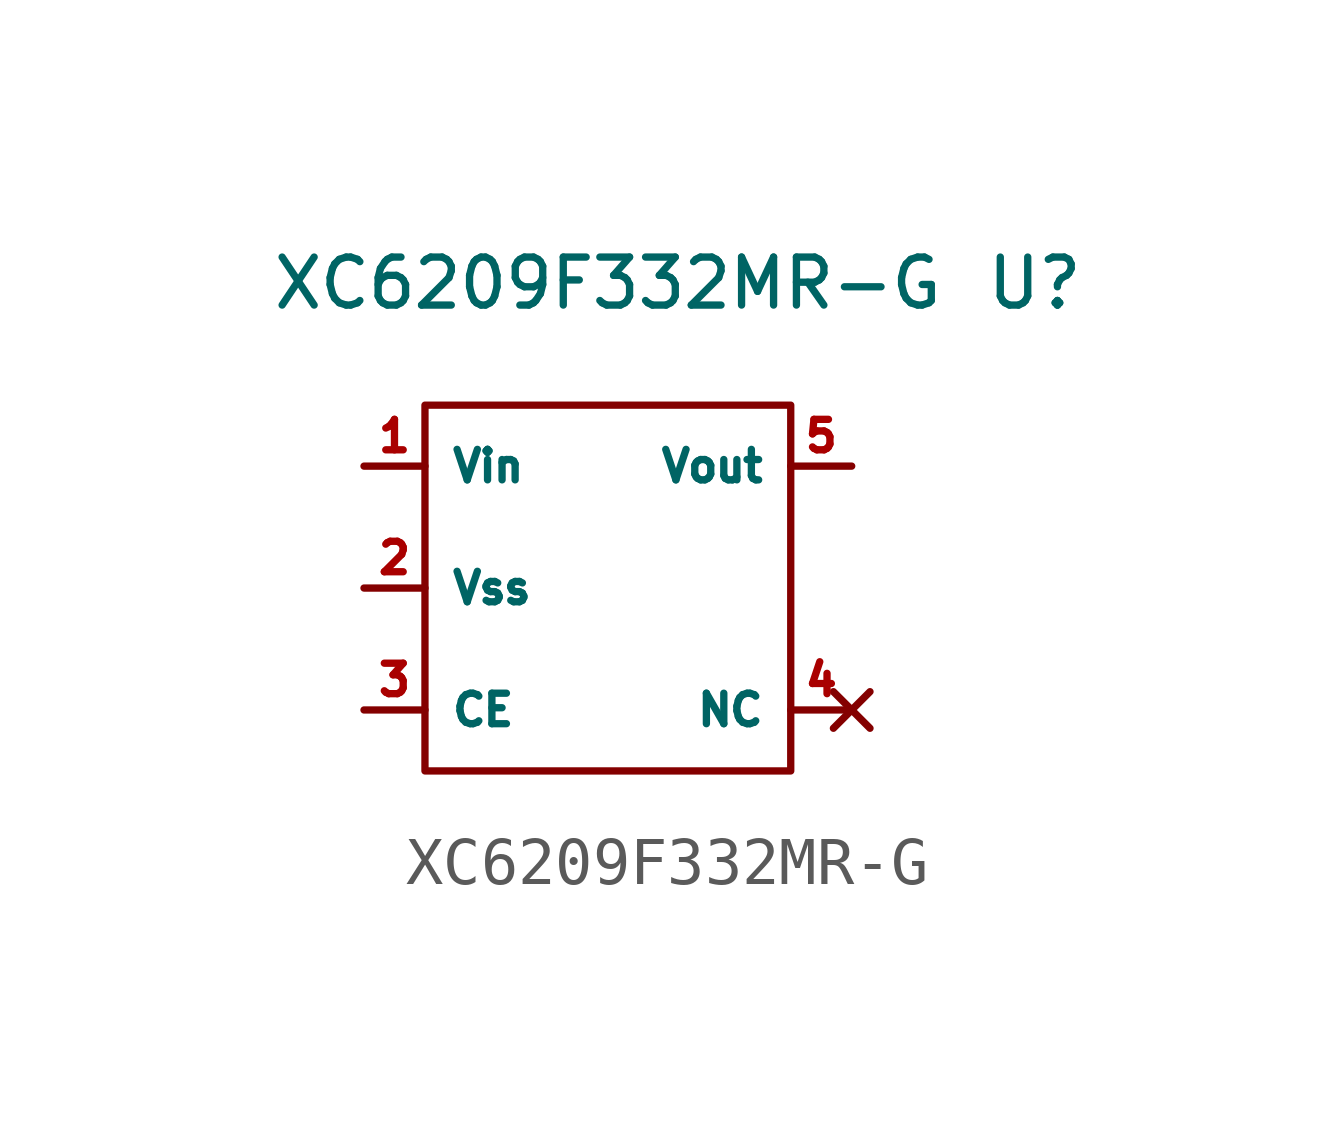
<source format=kicad_sym>
(kicad_symbol_lib
  (version 20211014)
  (generator kicad_symbol_editor)
  (symbol "XC6209F332MR-G"
    (property "Reference" "U"
      (at 8.89 6.35 0)
      (effects (font (size 1 1))))
    (property "Value" "XC6209F332MR-G"
      (at 0 6.35 0)
      (effects (font (size 1 1))))
    (symbol "XC6209F332MR-G_0_1"
      (rectangle (start -3.81 3.81) (end 3.81 -3.81) (stroke (width 0) (type default) (color 0 0 0 0)) (fill (type none))))
    (symbol "XC6209F332MR-G_1_1"
      (pin power_in line (at -5.08 2.54 0) (length 1.27) (name "Vin" (effects (font (size 0.635 0.635)))) (number "1" (effects (font (size 0.635 0.635)))))
      (pin power_in line (at -5.08 0 0) (length 1.27) (name "Vss" (effects (font (size 0.635 0.635)))) (number "2" (effects (font (size 0.635 0.635)))))
      (pin input line (at -5.08 -2.54 0) (length 1.27) (name "CE" (effects (font (size 0.635 0.635)))) (number "3" (effects (font (size 0.635 0.635)))))
      (pin no_connect line (at 5.08 -2.54 180) (length 1.27) (name "NC" (effects (font (size 0.635 0.635)))) (number "4" (effects (font (size 0.635 0.635)))))
      (pin power_out line (at 5.08 2.54 180) (length 1.27) (name "Vout" (effects (font (size 0.635 0.635)))) (number "5" (effects (font (size 0.635 0.635))))))))
</source>
